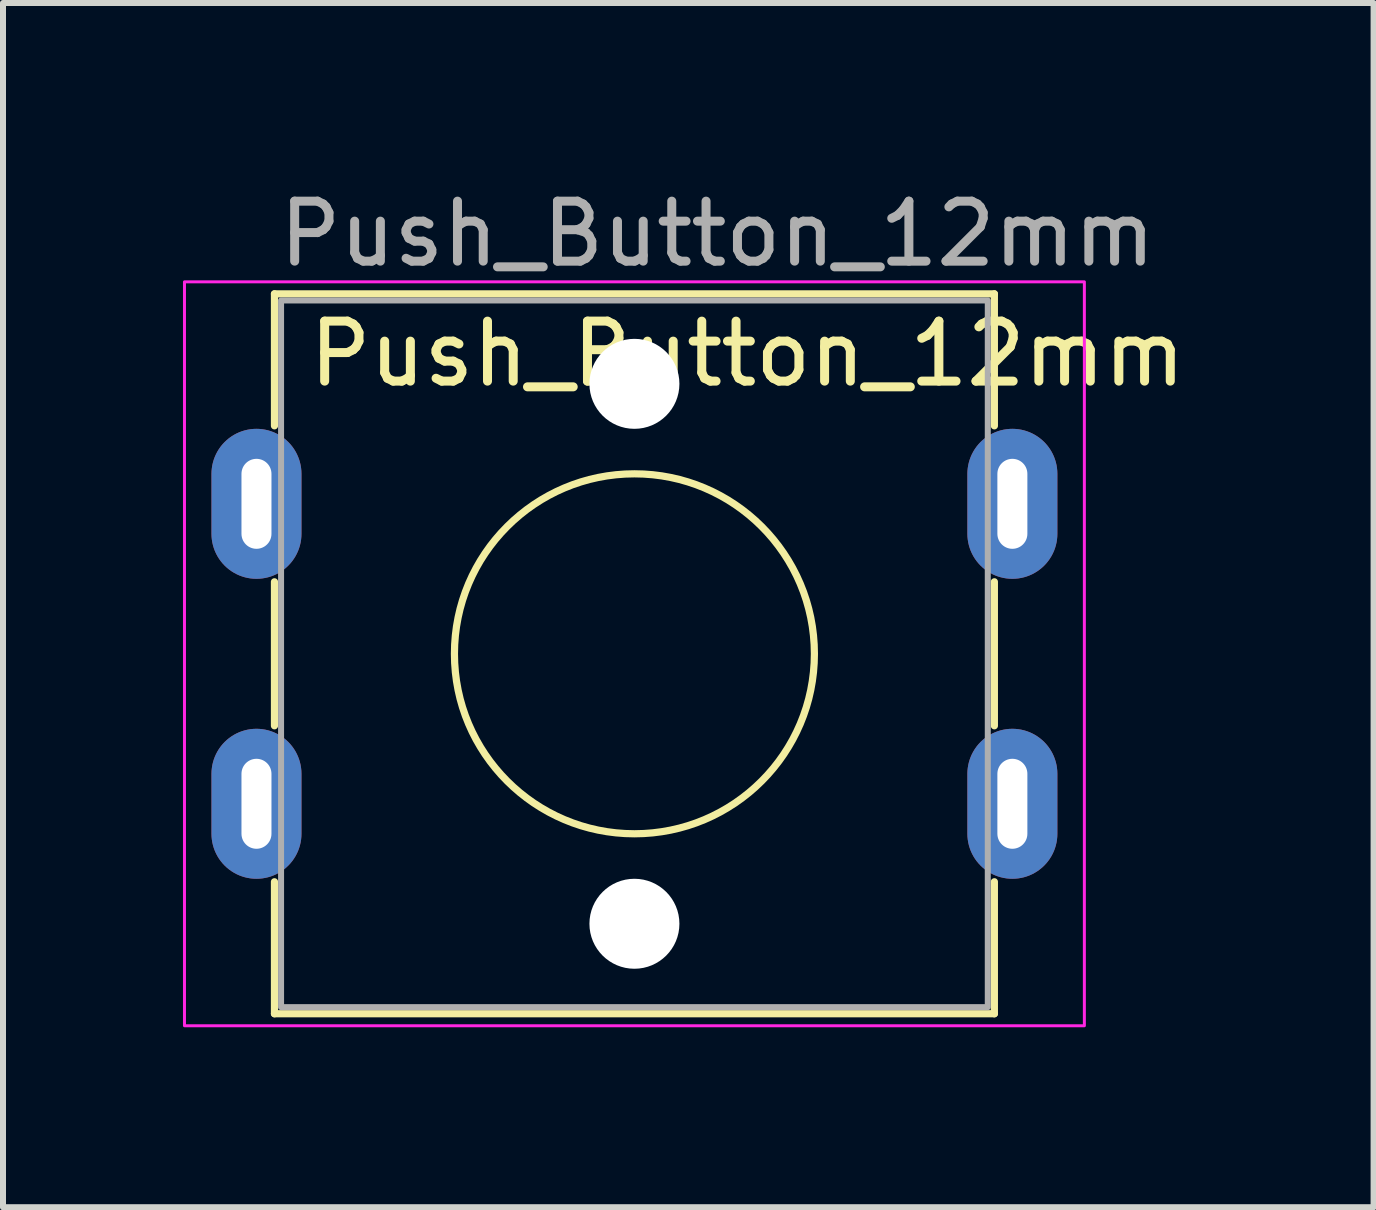
<source format=kicad_pcb>
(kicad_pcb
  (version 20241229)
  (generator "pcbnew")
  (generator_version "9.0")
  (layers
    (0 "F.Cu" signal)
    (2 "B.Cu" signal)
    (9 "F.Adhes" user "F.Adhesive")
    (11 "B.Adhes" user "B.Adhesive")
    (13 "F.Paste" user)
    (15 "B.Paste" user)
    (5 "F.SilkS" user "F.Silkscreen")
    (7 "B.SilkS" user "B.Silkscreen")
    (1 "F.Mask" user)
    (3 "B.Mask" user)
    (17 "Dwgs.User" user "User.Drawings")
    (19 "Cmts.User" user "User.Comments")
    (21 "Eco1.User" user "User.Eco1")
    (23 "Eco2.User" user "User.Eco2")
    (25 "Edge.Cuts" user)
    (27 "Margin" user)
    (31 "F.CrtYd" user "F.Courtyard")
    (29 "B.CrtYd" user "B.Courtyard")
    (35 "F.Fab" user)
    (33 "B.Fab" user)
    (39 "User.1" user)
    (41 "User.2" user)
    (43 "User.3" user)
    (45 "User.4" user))
  (footprint "Push_Button_12mm"
    (layer "F.Cu")
    (at 7.525 7.848)
    (property "Reference" "Push_Button_12mm" (at -5.5 -5 0) (layer "F.SilkS") (effects (font (size 1 1) (thickness 0.15)) (justify left)))
    (attr through_hole)
    (fp_line (start -6 -6) (end -6 -3.8) (stroke (width 0.12) (type default)) (layer "F.SilkS"))
    (fp_line (start -6 -6) (end 6 -6) (stroke (width 0.12) (type default)) (layer "F.SilkS"))
    (fp_line (start -6 -1.2) (end -6 1.2) (stroke (width 0.12) (type default)) (layer "F.SilkS"))
    (fp_line (start -6 3.8) (end -6 6) (stroke (width 0.12) (type default)) (layer "F.SilkS"))
    (fp_line (start 6 -6) (end 6 -3.8) (stroke (width 0.12) (type default)) (layer "F.SilkS"))
    (fp_line (start 6 -1.2) (end 6 1.2) (stroke (width 0.12) (type default)) (layer "F.SilkS"))
    (fp_line (start 6 3.8) (end 6 6) (stroke (width 0.12) (type default)) (layer "F.SilkS"))
    (fp_line (start 6 6) (end -6 6) (stroke (width 0.12) (type default)) (layer "F.SilkS"))
    (fp_circle (center 0 0) (end 3 0) (stroke (width 0.12) (type default)) (fill no) (layer "F.SilkS"))
    (fp_rect (start -7.5 -6.2) (end 7.5 6.2) (stroke (width 0.05) (type default)) (fill no) (layer "F.CrtYd"))
    (fp_rect (start -5.89 -5.89) (end 5.89 5.89) (stroke (width 0.1) (type default)) (fill no) (layer "F.Fab"))
    (fp_text user "${REFERENCE}" (at -6 -7 0) (layer "F.Fab") (effects (font (size 1 1) (thickness 0.15)) (justify left)))
    (pad "" np_thru_hole circle (at 0 -4.5) (size 1.5 1.5) (drill 1.5) (layers "*.Cu" "*.Mask"))
    (pad "" np_thru_hole circle (at 0 4.5) (size 1.5 1.5) (drill 1.5) (layers "*.Cu" "*.Mask"))
    (pad "1" thru_hole oval (at -6.3 -2.5) (size 1.5 2.5) (drill oval 0.5 1.5) (layers "*.Cu" "*.Mask"))
    (pad "1" thru_hole oval (at 6.3 -2.5) (size 1.5 2.5) (drill oval 0.5 1.5) (layers "*.Cu" "*.Mask"))
    (pad "2" thru_hole oval (at -6.3 2.5) (size 1.5 2.5) (drill oval 0.5 1.5) (layers "*.Cu" "*.Mask"))
    (pad "2" thru_hole oval (at 6.3 2.5) (size 1.5 2.5) (drill oval 0.5 1.5) (layers "*.Cu" "*.Mask")))
  (gr_rect
    (start -3 -3)
    (end 19.846 17.073)
    (stroke (width 0.1) (type default))
    (fill no)
    (layer "Edge.Cuts")))
</source>
